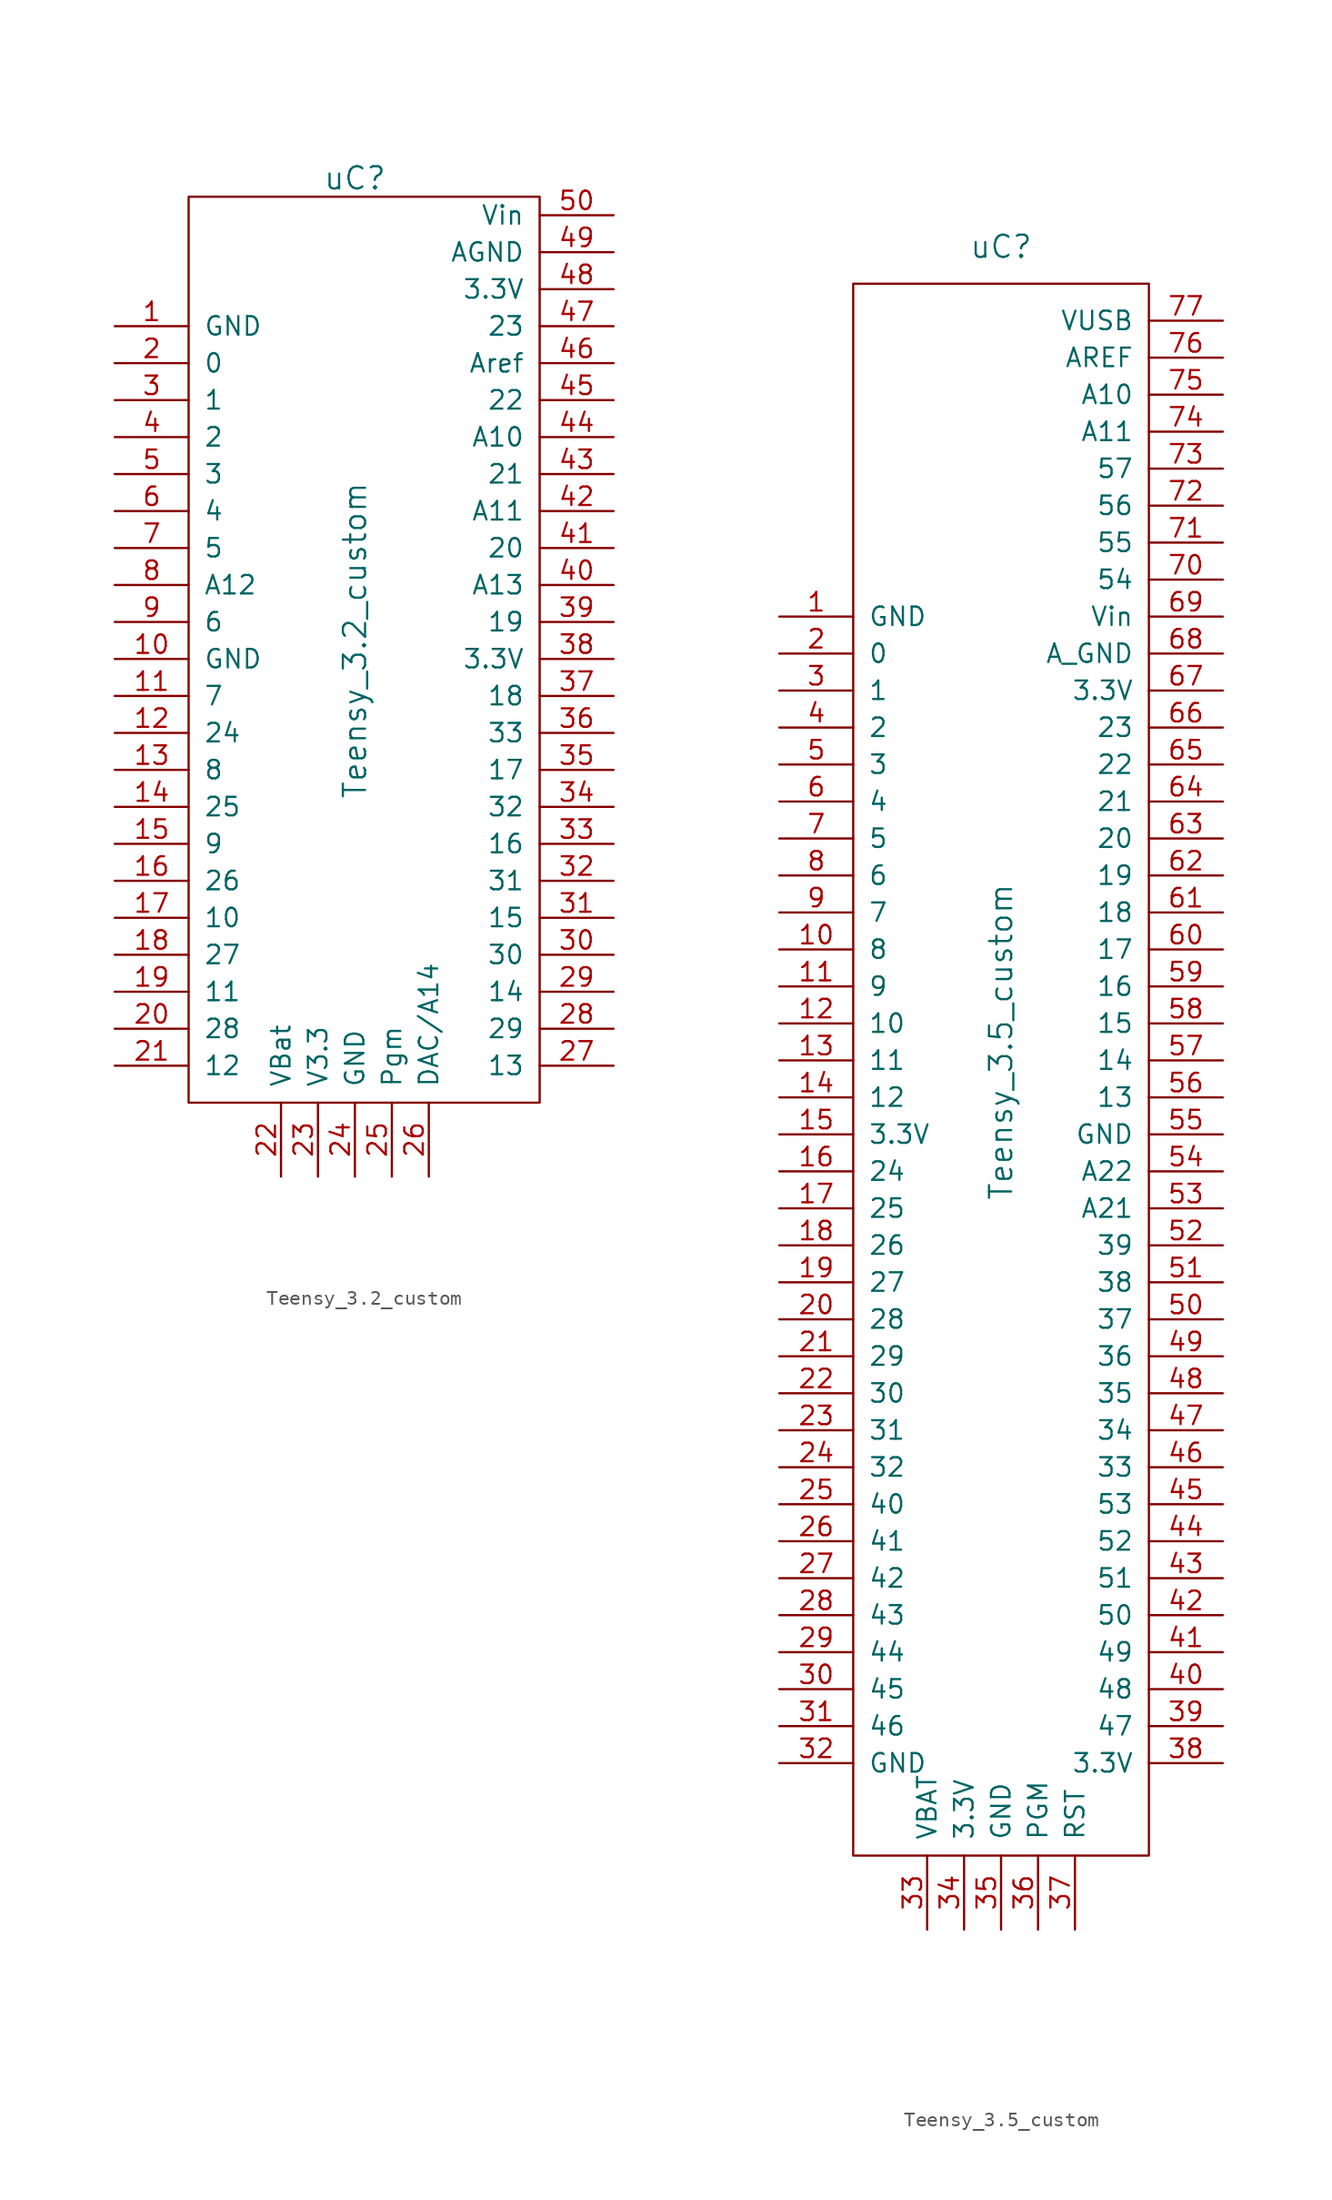
<source format=kicad_sym>
(kicad_symbol_lib
  (version 20220914)
  (generator kicad_symbol_editor)
  (symbol "Teensy_3.2_custom"
    (pin_names
      (offset 1.016))
    (property "Reference" "uC"
      (at 0 1.27 0)
      (effects (font (size 1.524 1.524))))
    (property "Value" "Teensy_3.2_custom"
      (at 0 -30.48 90)
      (effects (font (size 1.524 1.524))))
    (symbol "Teensy_3.2_custom_0_1"
      (rectangle (start 12.7 0) (end -11.43 -62.23) (stroke (width 0) (type solid)) (fill (type none))))
    (symbol "Teensy_3.2_custom_1_1"
      (pin input line (at -16.51 -8.89 0) (length 5.08) (name "GND" (effects (font (size 1.27 1.27)))) (number "1" (effects (font (size 1.27 1.27)))))
      (pin input line (at -16.51 -31.75 0) (length 5.08) (name "GND" (effects (font (size 1.27 1.27)))) (number "10" (effects (font (size 1.27 1.27)))))
      (pin input line (at -16.51 -34.29 0) (length 5.08) (name "7" (effects (font (size 1.27 1.27)))) (number "11" (effects (font (size 1.27 1.27)))))
      (pin input line (at -16.51 -36.83 0) (length 5.08) (name "24" (effects (font (size 1.27 1.27)))) (number "12" (effects (font (size 1.27 1.27)))))
      (pin input line (at -16.51 -39.37 0) (length 5.08) (name "8" (effects (font (size 1.27 1.27)))) (number "13" (effects (font (size 1.27 1.27)))))
      (pin input line (at -16.51 -41.91 0) (length 5.08) (name "25" (effects (font (size 1.27 1.27)))) (number "14" (effects (font (size 1.27 1.27)))))
      (pin input line (at -16.51 -44.45 0) (length 5.08) (name "9" (effects (font (size 1.27 1.27)))) (number "15" (effects (font (size 1.27 1.27)))))
      (pin input line (at -16.51 -46.99 0) (length 5.08) (name "26" (effects (font (size 1.27 1.27)))) (number "16" (effects (font (size 1.27 1.27)))))
      (pin input line (at -16.51 -49.53 0) (length 5.08) (name "10" (effects (font (size 1.27 1.27)))) (number "17" (effects (font (size 1.27 1.27)))))
      (pin input line (at -16.51 -52.07 0) (length 5.08) (name "27" (effects (font (size 1.27 1.27)))) (number "18" (effects (font (size 1.27 1.27)))))
      (pin input line (at -16.51 -54.61 0) (length 5.08) (name "11" (effects (font (size 1.27 1.27)))) (number "19" (effects (font (size 1.27 1.27)))))
      (pin input line (at -16.51 -11.43 0) (length 5.08) (name "0" (effects (font (size 1.27 1.27)))) (number "2" (effects (font (size 1.27 1.27)))))
      (pin input line (at -16.51 -57.15 0) (length 5.08) (name "28" (effects (font (size 1.27 1.27)))) (number "20" (effects (font (size 1.27 1.27)))))
      (pin input line (at -16.51 -59.69 0) (length 5.08) (name "12" (effects (font (size 1.27 1.27)))) (number "21" (effects (font (size 1.27 1.27)))))
      (pin input line (at -5.08 -67.31 90) (length 5.08) (name "VBat" (effects (font (size 1.27 1.27)))) (number "22" (effects (font (size 1.27 1.27)))))
      (pin input line (at -2.54 -67.31 90) (length 5.08) (name "V3.3" (effects (font (size 1.27 1.27)))) (number "23" (effects (font (size 1.27 1.27)))))
      (pin input line (at 0 -67.31 90) (length 5.08) (name "GND" (effects (font (size 1.27 1.27)))) (number "24" (effects (font (size 1.27 1.27)))))
      (pin input line (at 2.54 -67.31 90) (length 5.08) (name "Pgm" (effects (font (size 1.27 1.27)))) (number "25" (effects (font (size 1.27 1.27)))))
      (pin input line (at 5.08 -67.31 90) (length 5.08) (name "DAC/A14" (effects (font (size 1.27 1.27)))) (number "26" (effects (font (size 1.27 1.27)))))
      (pin input line (at 17.78 -59.69 180) (length 5.08) (name "13" (effects (font (size 1.27 1.27)))) (number "27" (effects (font (size 1.27 1.27)))))
      (pin input line (at 17.78 -57.15 180) (length 5.08) (name "29" (effects (font (size 1.27 1.27)))) (number "28" (effects (font (size 1.27 1.27)))))
      (pin input line (at 17.78 -54.61 180) (length 5.08) (name "14" (effects (font (size 1.27 1.27)))) (number "29" (effects (font (size 1.27 1.27)))))
      (pin input line (at -16.51 -13.97 0) (length 5.08) (name "1" (effects (font (size 1.27 1.27)))) (number "3" (effects (font (size 1.27 1.27)))))
      (pin input line (at 17.78 -52.07 180) (length 5.08) (name "30" (effects (font (size 1.27 1.27)))) (number "30" (effects (font (size 1.27 1.27)))))
      (pin input line (at 17.78 -49.53 180) (length 5.08) (name "15" (effects (font (size 1.27 1.27)))) (number "31" (effects (font (size 1.27 1.27)))))
      (pin input line (at 17.78 -46.99 180) (length 5.08) (name "31" (effects (font (size 1.27 1.27)))) (number "32" (effects (font (size 1.27 1.27)))))
      (pin input line (at 17.78 -44.45 180) (length 5.08) (name "16" (effects (font (size 1.27 1.27)))) (number "33" (effects (font (size 1.27 1.27)))))
      (pin input line (at 17.78 -41.91 180) (length 5.08) (name "32" (effects (font (size 1.27 1.27)))) (number "34" (effects (font (size 1.27 1.27)))))
      (pin input line (at 17.78 -39.37 180) (length 5.08) (name "17" (effects (font (size 1.27 1.27)))) (number "35" (effects (font (size 1.27 1.27)))))
      (pin input line (at 17.78 -36.83 180) (length 5.08) (name "33" (effects (font (size 1.27 1.27)))) (number "36" (effects (font (size 1.27 1.27)))))
      (pin input line (at 17.78 -34.29 180) (length 5.08) (name "18" (effects (font (size 1.27 1.27)))) (number "37" (effects (font (size 1.27 1.27)))))
      (pin input line (at 17.78 -31.75 180) (length 5.08) (name "3.3V" (effects (font (size 1.27 1.27)))) (number "38" (effects (font (size 1.27 1.27)))))
      (pin input line (at 17.78 -29.21 180) (length 5.08) (name "19" (effects (font (size 1.27 1.27)))) (number "39" (effects (font (size 1.27 1.27)))))
      (pin input line (at -16.51 -16.51 0) (length 5.08) (name "2" (effects (font (size 1.27 1.27)))) (number "4" (effects (font (size 1.27 1.27)))))
      (pin input line (at 17.78 -26.67 180) (length 5.08) (name "A13" (effects (font (size 1.27 1.27)))) (number "40" (effects (font (size 1.27 1.27)))))
      (pin input line (at 17.78 -24.13 180) (length 5.08) (name "20" (effects (font (size 1.27 1.27)))) (number "41" (effects (font (size 1.27 1.27)))))
      (pin input line (at 17.78 -21.59 180) (length 5.08) (name "A11" (effects (font (size 1.27 1.27)))) (number "42" (effects (font (size 1.27 1.27)))))
      (pin input line (at 17.78 -19.05 180) (length 5.08) (name "21" (effects (font (size 1.27 1.27)))) (number "43" (effects (font (size 1.27 1.27)))))
      (pin input line (at 17.78 -16.51 180) (length 5.08) (name "A10" (effects (font (size 1.27 1.27)))) (number "44" (effects (font (size 1.27 1.27)))))
      (pin input line (at 17.78 -13.97 180) (length 5.08) (name "22" (effects (font (size 1.27 1.27)))) (number "45" (effects (font (size 1.27 1.27)))))
      (pin input line (at 17.78 -11.43 180) (length 5.08) (name "Aref" (effects (font (size 1.27 1.27)))) (number "46" (effects (font (size 1.27 1.27)))))
      (pin input line (at 17.78 -8.89 180) (length 5.08) (name "23" (effects (font (size 1.27 1.27)))) (number "47" (effects (font (size 1.27 1.27)))))
      (pin input line (at 17.78 -6.35 180) (length 5.08) (name "3.3V" (effects (font (size 1.27 1.27)))) (number "48" (effects (font (size 1.27 1.27)))))
      (pin input line (at 17.78 -3.81 180) (length 5.08) (name "AGND" (effects (font (size 1.27 1.27)))) (number "49" (effects (font (size 1.27 1.27)))))
      (pin input line (at -16.51 -19.05 0) (length 5.08) (name "3" (effects (font (size 1.27 1.27)))) (number "5" (effects (font (size 1.27 1.27)))))
      (pin input line (at 17.78 -1.27 180) (length 5.08) (name "Vin" (effects (font (size 1.27 1.27)))) (number "50" (effects (font (size 1.27 1.27)))))
      (pin input line (at -16.51 -21.59 0) (length 5.08) (name "4" (effects (font (size 1.27 1.27)))) (number "6" (effects (font (size 1.27 1.27)))))
      (pin input line (at -16.51 -24.13 0) (length 5.08) (name "5" (effects (font (size 1.27 1.27)))) (number "7" (effects (font (size 1.27 1.27)))))
      (pin input line (at -16.51 -26.67 0) (length 5.08) (name "A12" (effects (font (size 1.27 1.27)))) (number "8" (effects (font (size 1.27 1.27)))))
      (pin input line (at -16.51 -29.21 0) (length 5.08) (name "6" (effects (font (size 1.27 1.27)))) (number "9" (effects (font (size 1.27 1.27)))))))
  (symbol "Teensy_3.5_custom"
    (pin_names
      (offset 1.016))
    (property "Reference" "uC"
      (at 0 2.54 0)
      (effects (font (size 1.524 1.524))))
    (property "Value" "Teensy_3.5_custom"
      (at 0 -52.07 90)
      (effects (font (size 1.524 1.524))))
    (symbol "Teensy_3.5_custom_0_1"
      (rectangle (start 10.16 0) (end -10.16 -107.95) (stroke (width 0) (type solid)) (fill (type none))))
    (symbol "Teensy_3.5_custom_1_1"
      (pin bidirectional line (at -15.24 -22.86 0) (length 5.08) (name "GND" (effects (font (size 1.27 1.27)))) (number "1" (effects (font (size 1.27 1.27)))))
      (pin bidirectional line (at -15.24 -45.72 0) (length 5.08) (name "8" (effects (font (size 1.27 1.27)))) (number "10" (effects (font (size 1.27 1.27)))))
      (pin bidirectional line (at -15.24 -48.26 0) (length 5.08) (name "9" (effects (font (size 1.27 1.27)))) (number "11" (effects (font (size 1.27 1.27)))))
      (pin bidirectional line (at -15.24 -50.8 0) (length 5.08) (name "10" (effects (font (size 1.27 1.27)))) (number "12" (effects (font (size 1.27 1.27)))))
      (pin bidirectional line (at -15.24 -53.34 0) (length 5.08) (name "11" (effects (font (size 1.27 1.27)))) (number "13" (effects (font (size 1.27 1.27)))))
      (pin bidirectional line (at -15.24 -55.88 0) (length 5.08) (name "12" (effects (font (size 1.27 1.27)))) (number "14" (effects (font (size 1.27 1.27)))))
      (pin bidirectional line (at -15.24 -58.42 0) (length 5.08) (name "3.3V" (effects (font (size 1.27 1.27)))) (number "15" (effects (font (size 1.27 1.27)))))
      (pin bidirectional line (at -15.24 -60.96 0) (length 5.08) (name "24" (effects (font (size 1.27 1.27)))) (number "16" (effects (font (size 1.27 1.27)))))
      (pin bidirectional line (at -15.24 -63.5 0) (length 5.08) (name "25" (effects (font (size 1.27 1.27)))) (number "17" (effects (font (size 1.27 1.27)))))
      (pin bidirectional line (at -15.24 -66.04 0) (length 5.08) (name "26" (effects (font (size 1.27 1.27)))) (number "18" (effects (font (size 1.27 1.27)))))
      (pin bidirectional line (at -15.24 -68.58 0) (length 5.08) (name "27" (effects (font (size 1.27 1.27)))) (number "19" (effects (font (size 1.27 1.27)))))
      (pin bidirectional line (at -15.24 -25.4 0) (length 5.08) (name "0" (effects (font (size 1.27 1.27)))) (number "2" (effects (font (size 1.27 1.27)))))
      (pin bidirectional line (at -15.24 -71.12 0) (length 5.08) (name "28" (effects (font (size 1.27 1.27)))) (number "20" (effects (font (size 1.27 1.27)))))
      (pin bidirectional line (at -15.24 -73.66 0) (length 5.08) (name "29" (effects (font (size 1.27 1.27)))) (number "21" (effects (font (size 1.27 1.27)))))
      (pin bidirectional line (at -15.24 -76.2 0) (length 5.08) (name "30" (effects (font (size 1.27 1.27)))) (number "22" (effects (font (size 1.27 1.27)))))
      (pin bidirectional line (at -15.24 -78.74 0) (length 5.08) (name "31" (effects (font (size 1.27 1.27)))) (number "23" (effects (font (size 1.27 1.27)))))
      (pin bidirectional line (at -15.24 -81.28 0) (length 5.08) (name "32" (effects (font (size 1.27 1.27)))) (number "24" (effects (font (size 1.27 1.27)))))
      (pin bidirectional line (at -15.24 -83.82 0) (length 5.08) (name "40" (effects (font (size 1.27 1.27)))) (number "25" (effects (font (size 1.27 1.27)))))
      (pin bidirectional line (at -15.24 -86.36 0) (length 5.08) (name "41" (effects (font (size 1.27 1.27)))) (number "26" (effects (font (size 1.27 1.27)))))
      (pin bidirectional line (at -15.24 -88.9 0) (length 5.08) (name "42" (effects (font (size 1.27 1.27)))) (number "27" (effects (font (size 1.27 1.27)))))
      (pin bidirectional line (at -15.24 -91.44 0) (length 5.08) (name "43" (effects (font (size 1.27 1.27)))) (number "28" (effects (font (size 1.27 1.27)))))
      (pin bidirectional line (at -15.24 -93.98 0) (length 5.08) (name "44" (effects (font (size 1.27 1.27)))) (number "29" (effects (font (size 1.27 1.27)))))
      (pin bidirectional line (at -15.24 -27.94 0) (length 5.08) (name "1" (effects (font (size 1.27 1.27)))) (number "3" (effects (font (size 1.27 1.27)))))
      (pin bidirectional line (at -15.24 -96.52 0) (length 5.08) (name "45" (effects (font (size 1.27 1.27)))) (number "30" (effects (font (size 1.27 1.27)))))
      (pin bidirectional line (at -15.24 -99.06 0) (length 5.08) (name "46" (effects (font (size 1.27 1.27)))) (number "31" (effects (font (size 1.27 1.27)))))
      (pin bidirectional line (at -15.24 -101.6 0) (length 5.08) (name "GND" (effects (font (size 1.27 1.27)))) (number "32" (effects (font (size 1.27 1.27)))))
      (pin bidirectional line (at -5.08 -113.03 90) (length 5.08) (name "VBAT" (effects (font (size 1.27 1.27)))) (number "33" (effects (font (size 1.27 1.27)))))
      (pin bidirectional line (at -2.54 -113.03 90) (length 5.08) (name "3.3V" (effects (font (size 1.27 1.27)))) (number "34" (effects (font (size 1.27 1.27)))))
      (pin bidirectional line (at 0 -113.03 90) (length 5.08) (name "GND" (effects (font (size 1.27 1.27)))) (number "35" (effects (font (size 1.27 1.27)))))
      (pin bidirectional line (at 2.54 -113.03 90) (length 5.08) (name "PGM" (effects (font (size 1.27 1.27)))) (number "36" (effects (font (size 1.27 1.27)))))
      (pin bidirectional line (at 5.08 -113.03 90) (length 5.08) (name "RST" (effects (font (size 1.27 1.27)))) (number "37" (effects (font (size 1.27 1.27)))))
      (pin bidirectional line (at 15.24 -101.6 180) (length 5.08) (name "3.3V" (effects (font (size 1.27 1.27)))) (number "38" (effects (font (size 1.27 1.27)))))
      (pin bidirectional line (at 15.24 -99.06 180) (length 5.08) (name "47" (effects (font (size 1.27 1.27)))) (number "39" (effects (font (size 1.27 1.27)))))
      (pin bidirectional line (at -15.24 -30.48 0) (length 5.08) (name "2" (effects (font (size 1.27 1.27)))) (number "4" (effects (font (size 1.27 1.27)))))
      (pin bidirectional line (at 15.24 -96.52 180) (length 5.08) (name "48" (effects (font (size 1.27 1.27)))) (number "40" (effects (font (size 1.27 1.27)))))
      (pin bidirectional line (at 15.24 -93.98 180) (length 5.08) (name "49" (effects (font (size 1.27 1.27)))) (number "41" (effects (font (size 1.27 1.27)))))
      (pin bidirectional line (at 15.24 -91.44 180) (length 5.08) (name "50" (effects (font (size 1.27 1.27)))) (number "42" (effects (font (size 1.27 1.27)))))
      (pin bidirectional line (at 15.24 -88.9 180) (length 5.08) (name "51" (effects (font (size 1.27 1.27)))) (number "43" (effects (font (size 1.27 1.27)))))
      (pin bidirectional line (at 15.24 -86.36 180) (length 5.08) (name "52" (effects (font (size 1.27 1.27)))) (number "44" (effects (font (size 1.27 1.27)))))
      (pin bidirectional line (at 15.24 -83.82 180) (length 5.08) (name "53" (effects (font (size 1.27 1.27)))) (number "45" (effects (font (size 1.27 1.27)))))
      (pin bidirectional line (at 15.24 -81.28 180) (length 5.08) (name "33" (effects (font (size 1.27 1.27)))) (number "46" (effects (font (size 1.27 1.27)))))
      (pin bidirectional line (at 15.24 -78.74 180) (length 5.08) (name "34" (effects (font (size 1.27 1.27)))) (number "47" (effects (font (size 1.27 1.27)))))
      (pin bidirectional line (at 15.24 -76.2 180) (length 5.08) (name "35" (effects (font (size 1.27 1.27)))) (number "48" (effects (font (size 1.27 1.27)))))
      (pin bidirectional line (at 15.24 -73.66 180) (length 5.08) (name "36" (effects (font (size 1.27 1.27)))) (number "49" (effects (font (size 1.27 1.27)))))
      (pin bidirectional line (at -15.24 -33.02 0) (length 5.08) (name "3" (effects (font (size 1.27 1.27)))) (number "5" (effects (font (size 1.27 1.27)))))
      (pin bidirectional line (at 15.24 -71.12 180) (length 5.08) (name "37" (effects (font (size 1.27 1.27)))) (number "50" (effects (font (size 1.27 1.27)))))
      (pin bidirectional line (at 15.24 -68.58 180) (length 5.08) (name "38" (effects (font (size 1.27 1.27)))) (number "51" (effects (font (size 1.27 1.27)))))
      (pin bidirectional line (at 15.24 -66.04 180) (length 5.08) (name "39" (effects (font (size 1.27 1.27)))) (number "52" (effects (font (size 1.27 1.27)))))
      (pin bidirectional line (at 15.24 -63.5 180) (length 5.08) (name "A21" (effects (font (size 1.27 1.27)))) (number "53" (effects (font (size 1.27 1.27)))))
      (pin bidirectional line (at 15.24 -60.96 180) (length 5.08) (name "A22" (effects (font (size 1.27 1.27)))) (number "54" (effects (font (size 1.27 1.27)))))
      (pin bidirectional line (at 15.24 -58.42 180) (length 5.08) (name "GND" (effects (font (size 1.27 1.27)))) (number "55" (effects (font (size 1.27 1.27)))))
      (pin bidirectional line (at 15.24 -55.88 180) (length 5.08) (name "13" (effects (font (size 1.27 1.27)))) (number "56" (effects (font (size 1.27 1.27)))))
      (pin bidirectional line (at 15.24 -53.34 180) (length 5.08) (name "14" (effects (font (size 1.27 1.27)))) (number "57" (effects (font (size 1.27 1.27)))))
      (pin bidirectional line (at 15.24 -50.8 180) (length 5.08) (name "15" (effects (font (size 1.27 1.27)))) (number "58" (effects (font (size 1.27 1.27)))))
      (pin bidirectional line (at 15.24 -48.26 180) (length 5.08) (name "16" (effects (font (size 1.27 1.27)))) (number "59" (effects (font (size 1.27 1.27)))))
      (pin bidirectional line (at -15.24 -35.56 0) (length 5.08) (name "4" (effects (font (size 1.27 1.27)))) (number "6" (effects (font (size 1.27 1.27)))))
      (pin bidirectional line (at 15.24 -45.72 180) (length 5.08) (name "17" (effects (font (size 1.27 1.27)))) (number "60" (effects (font (size 1.27 1.27)))))
      (pin bidirectional line (at 15.24 -43.18 180) (length 5.08) (name "18" (effects (font (size 1.27 1.27)))) (number "61" (effects (font (size 1.27 1.27)))))
      (pin bidirectional line (at 15.24 -40.64 180) (length 5.08) (name "19" (effects (font (size 1.27 1.27)))) (number "62" (effects (font (size 1.27 1.27)))))
      (pin bidirectional line (at 15.24 -38.1 180) (length 5.08) (name "20" (effects (font (size 1.27 1.27)))) (number "63" (effects (font (size 1.27 1.27)))))
      (pin bidirectional line (at 15.24 -35.56 180) (length 5.08) (name "21" (effects (font (size 1.27 1.27)))) (number "64" (effects (font (size 1.27 1.27)))))
      (pin bidirectional line (at 15.24 -33.02 180) (length 5.08) (name "22" (effects (font (size 1.27 1.27)))) (number "65" (effects (font (size 1.27 1.27)))))
      (pin bidirectional line (at 15.24 -30.48 180) (length 5.08) (name "23" (effects (font (size 1.27 1.27)))) (number "66" (effects (font (size 1.27 1.27)))))
      (pin bidirectional line (at 15.24 -27.94 180) (length 5.08) (name "3.3V" (effects (font (size 1.27 1.27)))) (number "67" (effects (font (size 1.27 1.27)))))
      (pin bidirectional line (at 15.24 -25.4 180) (length 5.08) (name "A_GND" (effects (font (size 1.27 1.27)))) (number "68" (effects (font (size 1.27 1.27)))))
      (pin bidirectional line (at 15.24 -22.86 180) (length 5.08) (name "Vin" (effects (font (size 1.27 1.27)))) (number "69" (effects (font (size 1.27 1.27)))))
      (pin bidirectional line (at -15.24 -38.1 0) (length 5.08) (name "5" (effects (font (size 1.27 1.27)))) (number "7" (effects (font (size 1.27 1.27)))))
      (pin bidirectional line (at 15.24 -20.32 180) (length 5.08) (name "54" (effects (font (size 1.27 1.27)))) (number "70" (effects (font (size 1.27 1.27)))))
      (pin bidirectional line (at 15.24 -17.78 180) (length 5.08) (name "55" (effects (font (size 1.27 1.27)))) (number "71" (effects (font (size 1.27 1.27)))))
      (pin bidirectional line (at 15.24 -15.24 180) (length 5.08) (name "56" (effects (font (size 1.27 1.27)))) (number "72" (effects (font (size 1.27 1.27)))))
      (pin bidirectional line (at 15.24 -12.7 180) (length 5.08) (name "57" (effects (font (size 1.27 1.27)))) (number "73" (effects (font (size 1.27 1.27)))))
      (pin bidirectional line (at 15.24 -10.16 180) (length 5.08) (name "A11" (effects (font (size 1.27 1.27)))) (number "74" (effects (font (size 1.27 1.27)))))
      (pin bidirectional line (at 15.24 -7.62 180) (length 5.08) (name "A10" (effects (font (size 1.27 1.27)))) (number "75" (effects (font (size 1.27 1.27)))))
      (pin bidirectional line (at 15.24 -5.08 180) (length 5.08) (name "AREF" (effects (font (size 1.27 1.27)))) (number "76" (effects (font (size 1.27 1.27)))))
      (pin bidirectional line (at 15.24 -2.54 180) (length 5.08) (name "VUSB" (effects (font (size 1.27 1.27)))) (number "77" (effects (font (size 1.27 1.27)))))
      (pin bidirectional line (at -15.24 -40.64 0) (length 5.08) (name "6" (effects (font (size 1.27 1.27)))) (number "8" (effects (font (size 1.27 1.27)))))
      (pin bidirectional line (at -15.24 -43.18 0) (length 5.08) (name "7" (effects (font (size 1.27 1.27)))) (number "9" (effects (font (size 1.27 1.27))))))))
</source>
